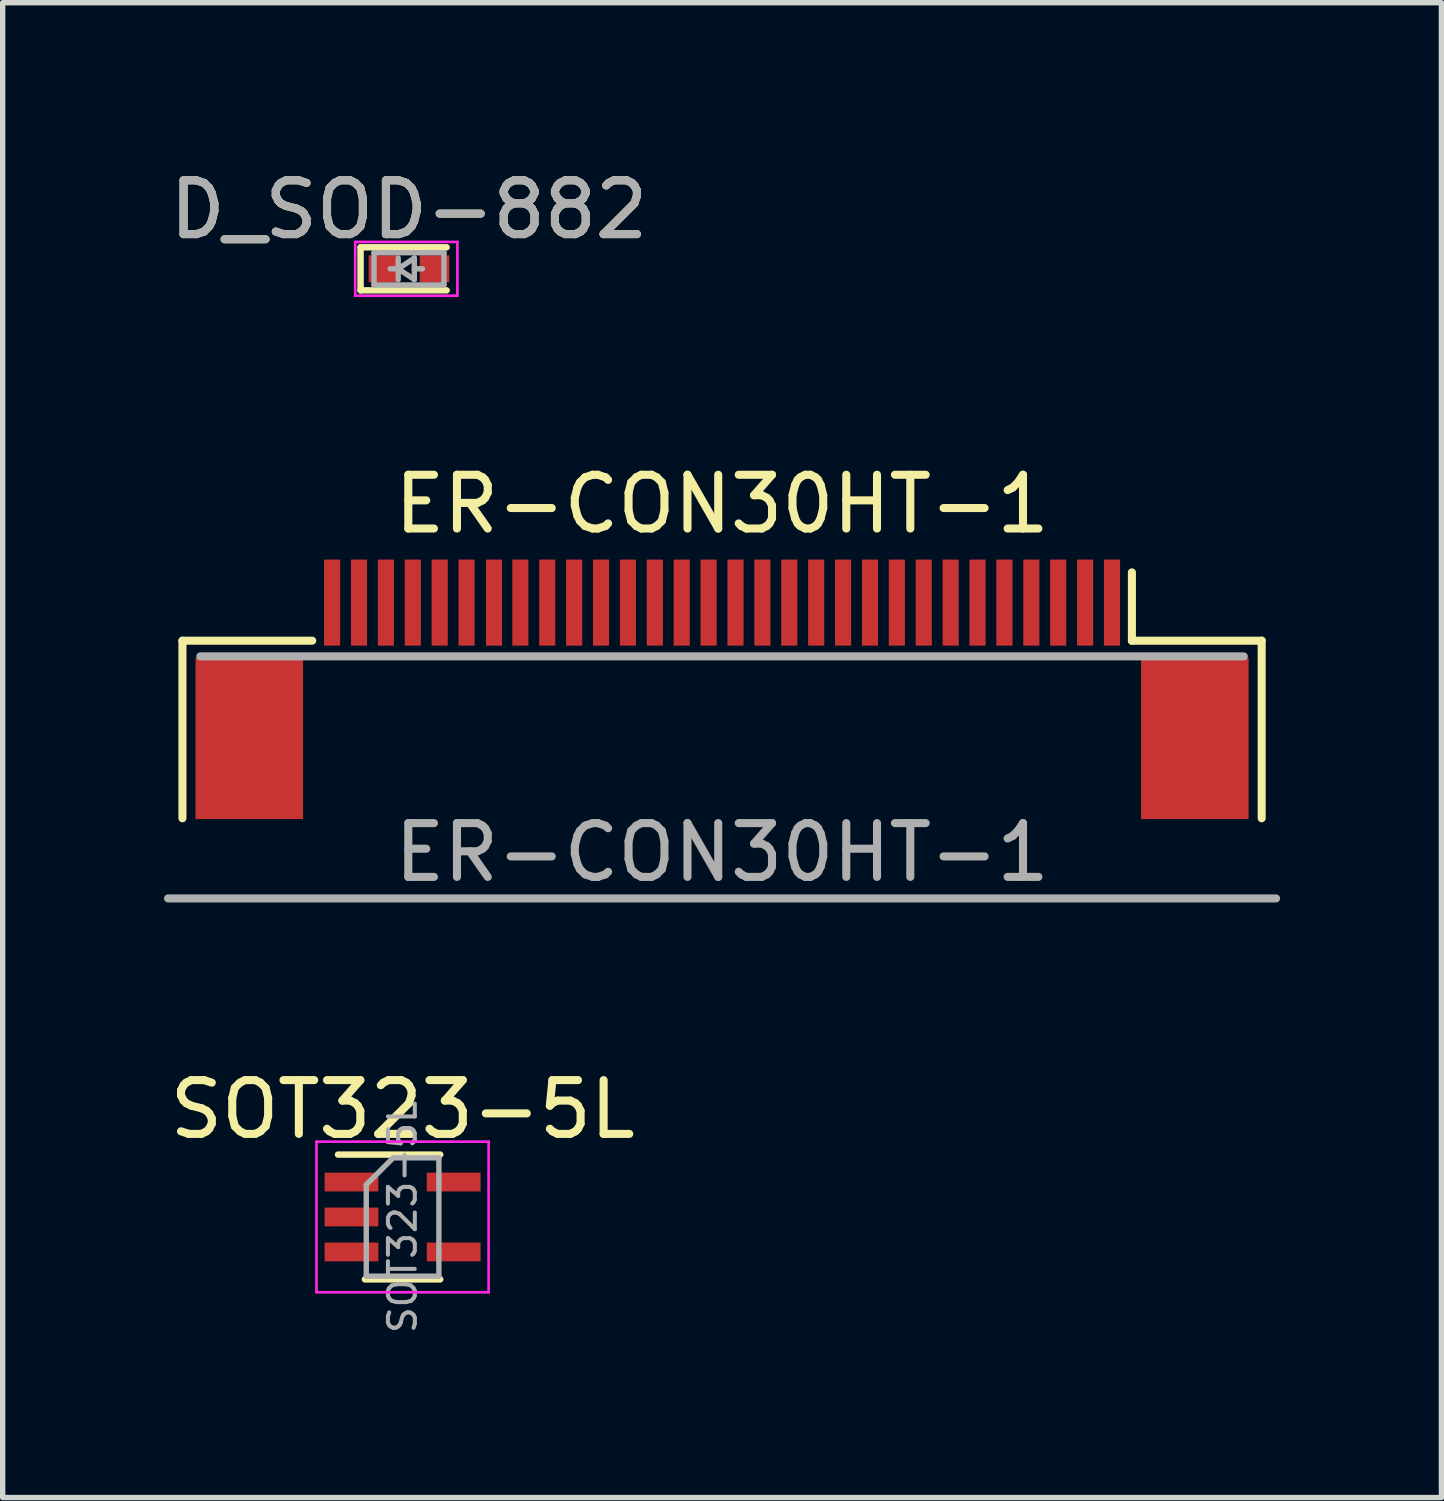
<source format=kicad_pcb>
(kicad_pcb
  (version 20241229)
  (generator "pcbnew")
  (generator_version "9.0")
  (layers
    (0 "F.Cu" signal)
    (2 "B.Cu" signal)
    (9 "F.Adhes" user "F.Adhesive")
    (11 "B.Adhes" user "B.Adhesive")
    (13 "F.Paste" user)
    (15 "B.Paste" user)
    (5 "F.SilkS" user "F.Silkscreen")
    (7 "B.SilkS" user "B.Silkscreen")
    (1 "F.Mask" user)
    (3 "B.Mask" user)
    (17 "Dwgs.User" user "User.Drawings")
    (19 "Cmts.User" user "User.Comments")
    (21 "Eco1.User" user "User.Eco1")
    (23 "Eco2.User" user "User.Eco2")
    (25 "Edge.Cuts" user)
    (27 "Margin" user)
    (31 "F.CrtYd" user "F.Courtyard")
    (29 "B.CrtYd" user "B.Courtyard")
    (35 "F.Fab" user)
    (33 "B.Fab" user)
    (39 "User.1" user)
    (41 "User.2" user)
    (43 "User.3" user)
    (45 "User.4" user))
  (footprint "D_SOD-882"
    (layer "F.Cu")
    (at 4.554 1.948)
    (property "Reference" "D_SOD-882" (at 0 -1.1 0) (layer "F.SilkS") (effects (font (size 1 1) (thickness 0.15))))
    (attr smd)
    (fp_line (start -0.9 -0.4) (end -0.9 0.4) (stroke (width 0.12) (type solid)) (layer "F.SilkS"))
    (fp_line (start 0.7 -0.4) (end -0.9 -0.4) (stroke (width 0.12) (type solid)) (layer "F.SilkS"))
    (fp_line (start 0.7 0.4) (end -0.9 0.4) (stroke (width 0.12) (type solid)) (layer "F.SilkS"))
    (fp_line (start -1 -0.5) (end 0.9 -0.5) (stroke (width 0.05) (type solid)) (layer "F.CrtYd"))
    (fp_line (start -1 0.5) (end -1 -0.5) (stroke (width 0.05) (type solid)) (layer "F.CrtYd"))
    (fp_line (start 0.9 -0.5) (end 0.9 0.5) (stroke (width 0.05) (type solid)) (layer "F.CrtYd"))
    (fp_line (start 0.9 0.5) (end -1 0.5) (stroke (width 0.05) (type solid)) (layer "F.CrtYd"))
    (fp_line (start -0.65 -0.3) (end 0.65 -0.3) (stroke (width 0.1) (type solid)) (layer "F.Fab"))
    (fp_line (start -0.65 0.3) (end -0.65 -0.3) (stroke (width 0.1) (type solid)) (layer "F.Fab"))
    (fp_line (start -0.2 0) (end -0.35 0) (stroke (width 0.1) (type solid)) (layer "F.Fab"))
    (fp_line (start -0.2 0) (end 0.1 0.2) (stroke (width 0.1) (type solid)) (layer "F.Fab"))
    (fp_line (start -0.2 0.2) (end -0.2 -0.2) (stroke (width 0.1) (type solid)) (layer "F.Fab"))
    (fp_line (start 0.1 -0.2) (end -0.2 0) (stroke (width 0.1) (type solid)) (layer "F.Fab"))
    (fp_line (start 0.1 0) (end 0.25 0) (stroke (width 0.1) (type solid)) (layer "F.Fab"))
    (fp_line (start 0.1 0.2) (end 0.1 -0.2) (stroke (width 0.1) (type solid)) (layer "F.Fab"))
    (fp_line (start 0.65 -0.3) (end 0.65 0.3) (stroke (width 0.1) (type solid)) (layer "F.Fab"))
    (fp_line (start 0.65 0.3) (end -0.65 0.3) (stroke (width 0.1) (type solid)) (layer "F.Fab"))
    (fp_text user "${REFERENCE}" (at 0 -1.1 0) (layer "F.Fab") (effects (font (size 1 1) (thickness 0.15))))
    (pad "1" smd rect (at -0.475 0 180) (size 0.55 0.5) (layers "F.Cu" "F.Mask" "F.Paste"))
    (pad "2" smd rect (at 0.475 0 180) (size 0.55 0.5) (layers "F.Cu" "F.Mask" "F.Paste")))
  (footprint "SOT323-5L"
    (layer "F.Cu")
    (at 4.435 19.577)
    (property "Reference" "SOT323-5L" (at 0 -2 0) (layer "F.SilkS") (effects (font (size 1 1) (thickness 0.15))))
    (attr smd)
    (fp_line (start -0.7 1.16) (end 0.7 1.16) (stroke (width 0.12) (type solid)) (layer "F.SilkS"))
    (fp_line (start 0.7 -1.16) (end -1.2 -1.16) (stroke (width 0.12) (type solid)) (layer "F.SilkS"))
    (fp_line (start -1.6 -1.4) (end -1.6 1.4) (stroke (width 0.05) (type solid)) (layer "F.CrtYd"))
    (fp_line (start -1.6 -1.4) (end 1.6 -1.4) (stroke (width 0.05) (type solid)) (layer "F.CrtYd"))
    (fp_line (start -1.6 1.4) (end 1.6 1.4) (stroke (width 0.05) (type solid)) (layer "F.CrtYd"))
    (fp_line (start 1.6 1.4) (end 1.6 -1.4) (stroke (width 0.05) (type solid)) (layer "F.CrtYd"))
    (fp_line (start -0.675 -0.6) (end -0.675 1.1) (stroke (width 0.1) (type solid)) (layer "F.Fab"))
    (fp_line (start -0.175 -1.1) (end -0.675 -0.6) (stroke (width 0.1) (type solid)) (layer "F.Fab"))
    (fp_line (start 0.675 -1.1) (end -0.175 -1.1) (stroke (width 0.1) (type solid)) (layer "F.Fab"))
    (fp_line (start 0.675 -1.1) (end 0.675 1.1) (stroke (width 0.1) (type solid)) (layer "F.Fab"))
    (fp_line (start 0.675 1.1) (end -0.675 1.1) (stroke (width 0.1) (type solid)) (layer "F.Fab"))
    (fp_text user "${REFERENCE}" (at 0 0 90) (layer "F.Fab") (effects (font (size 0.5 0.5) (thickness 0.075))))
    (pad "1" smd rect (at -0.95 -0.65) (size 1 0.35) (layers "F.Cu" "F.Mask" "F.Paste"))
    (pad "2" smd rect (at -0.95 0) (size 1 0.35) (layers "F.Cu" "F.Mask" "F.Paste"))
    (pad "3" smd rect (at -0.95 0.65) (size 1 0.35) (layers "F.Cu" "F.Mask" "F.Paste"))
    (pad "4" smd rect (at 0.95 0.65) (size 1 0.35) (layers "F.Cu" "F.Mask" "F.Paste"))
    (pad "5" smd rect (at 0.95 -0.65) (size 1 0.35) (layers "F.Cu" "F.Mask" "F.Paste")))
  (footprint "ER-CON30HT-1"
    (layer "F.Cu")
    (at 10.375 8.354)
    (property "Reference" "ER-CON30HT-1" (at 0 -2.032 0) (layer "F.SilkS") (effects (font (size 1 1) (thickness 0.15))))
    (attr through_hole)
    (fp_line (start -10.033 0.508) (end -10.033 3.81) (stroke (width 0.15) (type solid)) (layer "F.SilkS"))
    (fp_line (start -7.62 0.508) (end -10.033 0.508) (stroke (width 0.15) (type solid)) (layer "F.SilkS"))
    (fp_line (start 7.62 -0.762) (end 7.62 0.508) (stroke (width 0.15) (type solid)) (layer "F.SilkS"))
    (fp_line (start 7.62 0.508) (end 10.033 0.508) (stroke (width 0.15) (type solid)) (layer "F.SilkS"))
    (fp_line (start 10.033 0.508) (end 10.033 3.81) (stroke (width 0.15) (type solid)) (layer "F.SilkS"))
    (fp_line (start -10.3 5.3) (end 10.3 5.3) (stroke (width 0.15) (type solid)) (layer "F.Fab"))
    (fp_line (start -9.7 0.8) (end 9.7 0.8) (stroke (width 0.15) (type solid)) (layer "F.Fab"))
    (fp_text user "${REFERENCE}" (at 0 4.445 0) (layer "F.Fab") (effects (font (size 1 1) (thickness 0.15))))
    (pad "1" smd rect (at 7.25 -0.2) (size 0.3 1.6) (layers "F.Cu" "F.Mask" "F.Paste"))
    (pad "2" smd rect (at 6.75 -0.2) (size 0.3 1.6) (layers "F.Cu" "F.Mask" "F.Paste"))
    (pad "3" smd rect (at 6.25 -0.2) (size 0.3 1.6) (layers "F.Cu" "F.Mask" "F.Paste"))
    (pad "4" smd rect (at 5.75 -0.2) (size 0.3 1.6) (layers "F.Cu" "F.Mask" "F.Paste"))
    (pad "5" smd rect (at 5.25 -0.2) (size 0.3 1.6) (layers "F.Cu" "F.Mask" "F.Paste"))
    (pad "6" smd rect (at 4.75 -0.2) (size 0.3 1.6) (layers "F.Cu" "F.Mask" "F.Paste"))
    (pad "7" smd rect (at 4.25 -0.2) (size 0.3 1.6) (layers "F.Cu" "F.Mask" "F.Paste"))
    (pad "8" smd rect (at 3.75 -0.2) (size 0.3 1.6) (layers "F.Cu" "F.Mask" "F.Paste"))
    (pad "9" smd rect (at 3.25 -0.2) (size 0.3 1.6) (layers "F.Cu" "F.Mask" "F.Paste"))
    (pad "10" smd rect (at 2.75 -0.2) (size 0.3 1.6) (layers "F.Cu" "F.Mask" "F.Paste"))
    (pad "11" smd rect (at 2.25 -0.2) (size 0.3 1.6) (layers "F.Cu" "F.Mask" "F.Paste"))
    (pad "12" smd rect (at 1.75 -0.2) (size 0.3 1.6) (layers "F.Cu" "F.Mask" "F.Paste"))
    (pad "13" smd rect (at 1.25 -0.2) (size 0.3 1.6) (layers "F.Cu" "F.Mask" "F.Paste"))
    (pad "14" smd rect (at 0.75 -0.2) (size 0.3 1.6) (layers "F.Cu" "F.Mask" "F.Paste"))
    (pad "15" smd rect (at 0.25 -0.2) (size 0.3 1.6) (layers "F.Cu" "F.Mask" "F.Paste"))
    (pad "16" smd rect (at -0.25 -0.2) (size 0.3 1.6) (layers "F.Cu" "F.Mask" "F.Paste"))
    (pad "17" smd rect (at -0.75 -0.2) (size 0.3 1.6) (layers "F.Cu" "F.Mask" "F.Paste"))
    (pad "18" smd rect (at -1.25 -0.2) (size 0.3 1.6) (layers "F.Cu" "F.Mask" "F.Paste"))
    (pad "19" smd rect (at -1.75 -0.2) (size 0.3 1.6) (layers "F.Cu" "F.Mask" "F.Paste"))
    (pad "20" smd rect (at -2.25 -0.2) (size 0.3 1.6) (layers "F.Cu" "F.Mask" "F.Paste"))
    (pad "21" smd rect (at -2.75 -0.2) (size 0.3 1.6) (layers "F.Cu" "F.Mask" "F.Paste"))
    (pad "22" smd rect (at -3.25 -0.2) (size 0.3 1.6) (layers "F.Cu" "F.Mask" "F.Paste"))
    (pad "23" smd rect (at -3.75 -0.2) (size 0.3 1.6) (layers "F.Cu" "F.Mask" "F.Paste"))
    (pad "24" smd rect (at -4.24 -0.2) (size 0.3 1.6) (layers "F.Cu" "F.Mask" "F.Paste"))
    (pad "25" smd rect (at -4.75 -0.2) (size 0.3 1.6) (layers "F.Cu" "F.Mask" "F.Paste"))
    (pad "26" smd rect (at -5.25 -0.2) (size 0.3 1.6) (layers "F.Cu" "F.Mask" "F.Paste"))
    (pad "27" smd rect (at -5.75 -0.2) (size 0.3 1.6) (layers "F.Cu" "F.Mask" "F.Paste"))
    (pad "28" smd rect (at -6.25 -0.2) (size 0.3 1.6) (layers "F.Cu" "F.Mask" "F.Paste"))
    (pad "29" smd rect (at -6.75 -0.2) (size 0.3 1.6) (layers "F.Cu" "F.Mask" "F.Paste"))
    (pad "30" smd rect (at -7.25 -0.2) (size 0.3 1.6) (layers "F.Cu" "F.Mask" "F.Paste"))
    (pad "MP" smd rect (at -8.79 2.325) (size 2 3) (layers "F.Cu" "F.Mask" "F.Paste"))
    (pad "MP" smd rect (at 8.79 2.325) (size 2 3) (layers "F.Cu" "F.Mask" "F.Paste")))
  (gr_rect
    (start -3 -3)
    (end 23.75 24.794)
    (stroke (width 0.1) (type default))
    (fill no)
    (layer "Edge.Cuts")))
</source>
